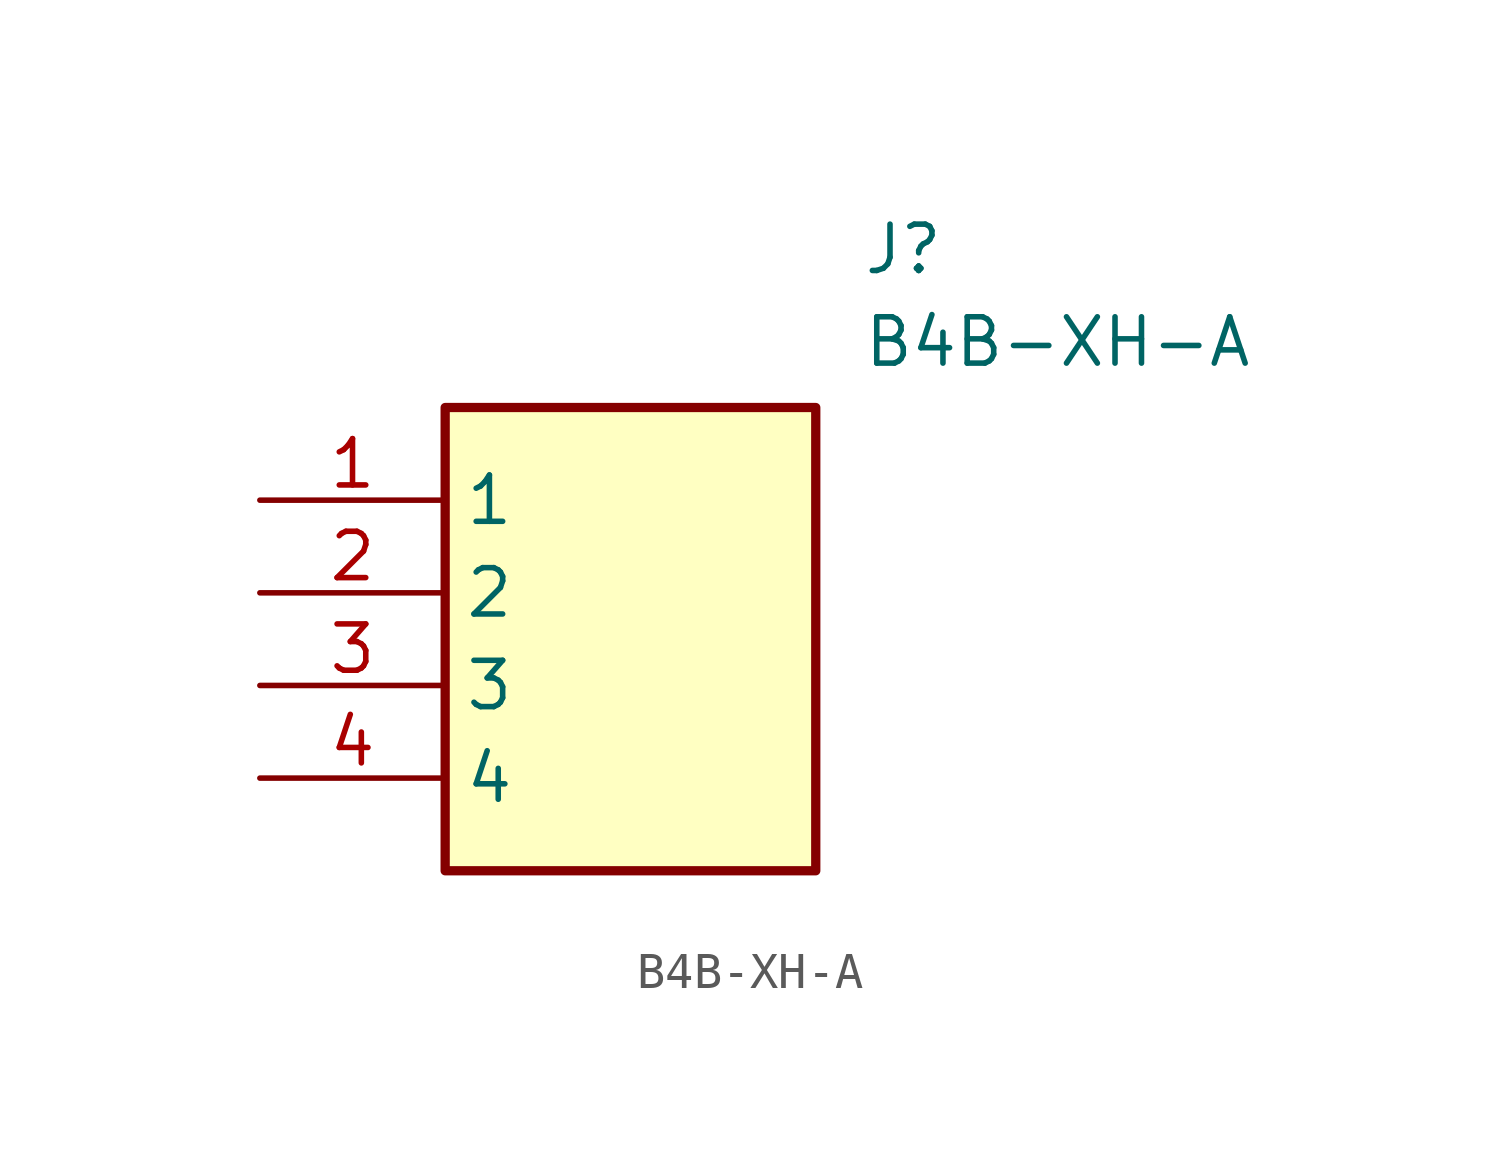
<source format=kicad_sym>
(kicad_symbol_lib
  (version 20211014)
  (generator SamacSys_ECAD_Model)
  (symbol "B4B-XH-A"
    (property "Reference" "J"
      (at 16.51 7.62 0)
      (effects (font (size 1.27 1.27)) (justify left top)))
    (property "Value" "B4B-XH-A"
      (at 16.51 5.08 0)
      (effects (font (size 1.27 1.27)) (justify left top)))
    (rectangle
      (start 5.08 2.54)
      (end 15.24 -10.16)
      (stroke (width 0.254) (type default))
      (fill (type background)))
    (pin passive line
      (at 0 0 0)
      (length 5.08)
      (name "1" (effects (font (size 1.27 1.27))))
      (number "1" (effects (font (size 1.27 1.27)))))
    (pin passive line
      (at 0 -2.54 0)
      (length 5.08)
      (name "2" (effects (font (size 1.27 1.27))))
      (number "2" (effects (font (size 1.27 1.27)))))
    (pin passive line
      (at 0 -5.08 0)
      (length 5.08)
      (name "3" (effects (font (size 1.27 1.27))))
      (number "3" (effects (font (size 1.27 1.27)))))
    (pin passive line
      (at 0 -7.62 0)
      (length 5.08)
      (name "4" (effects (font (size 1.27 1.27))))
      (number "4" (effects (font (size 1.27 1.27)))))))
</source>
